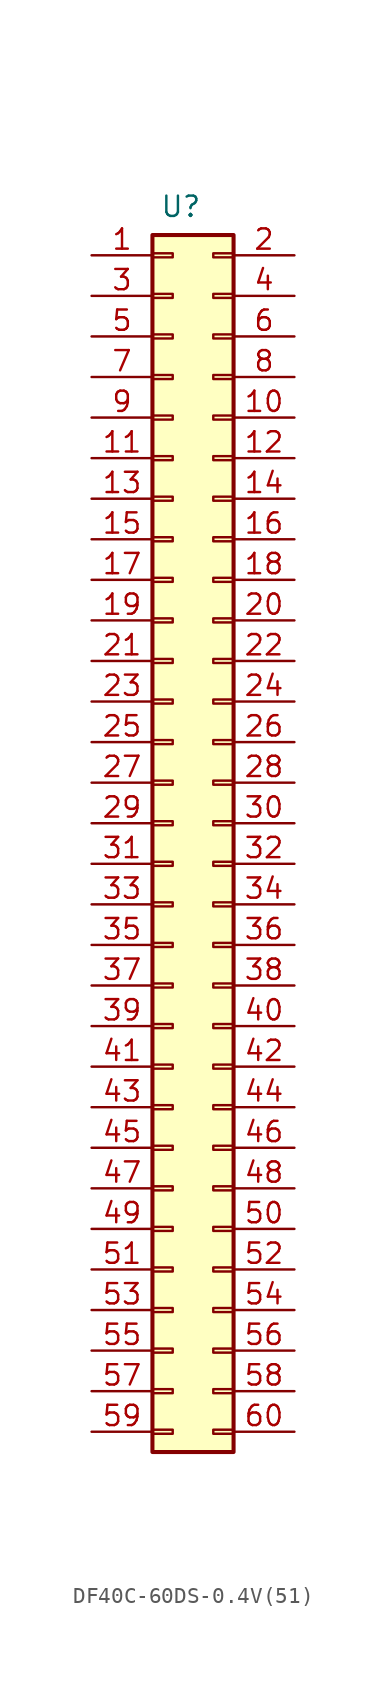
<source format=kicad_sym>
(kicad_symbol_lib
  (version 20241209)
  (generator "kicad_symbol_editor")
  (generator_version "9.0")
  (symbol "DF40C-60DS-0.4V(51)"
    (pin_names
      (hide yes))
    (property "Reference" "U"
      (at 0.508 38.608 0)
      (effects (font (size 1.27 1.27))))
    (property "Value" ""
      (at 0 0 0)
      (effects (font (size 1.27 1.27))))
    (symbol "DF40C-60DS-0.4V(51)_1_1"
      (rectangle (start -1.27 36.83) (end 3.81 -39.37) (stroke (width 0.254) (type default)) (fill (type background)))
      (rectangle (start -1.27 35.687) (end 0 35.433) (stroke (width 0.152) (type default)) (fill (type none)))
      (rectangle (start -1.27 33.147) (end 0 32.893) (stroke (width 0.152) (type default)) (fill (type none)))
      (rectangle (start -1.27 30.607) (end 0 30.353) (stroke (width 0.152) (type default)) (fill (type none)))
      (rectangle (start -1.27 28.067) (end 0 27.813) (stroke (width 0.152) (type default)) (fill (type none)))
      (rectangle (start -1.27 25.527) (end 0 25.273) (stroke (width 0.152) (type default)) (fill (type none)))
      (rectangle (start -1.27 22.987) (end 0 22.733) (stroke (width 0.152) (type default)) (fill (type none)))
      (rectangle (start -1.27 20.447) (end 0 20.193) (stroke (width 0.152) (type default)) (fill (type none)))
      (rectangle (start -1.27 17.907) (end 0 17.653) (stroke (width 0.152) (type default)) (fill (type none)))
      (rectangle (start -1.27 15.367) (end 0 15.113) (stroke (width 0.152) (type default)) (fill (type none)))
      (rectangle (start -1.27 12.827) (end 0 12.573) (stroke (width 0.152) (type default)) (fill (type none)))
      (rectangle (start -1.27 10.287) (end 0 10.033) (stroke (width 0.152) (type default)) (fill (type none)))
      (rectangle (start -1.27 7.747) (end 0 7.493) (stroke (width 0.152) (type default)) (fill (type none)))
      (rectangle (start -1.27 5.207) (end 0 4.953) (stroke (width 0.152) (type default)) (fill (type none)))
      (rectangle (start -1.27 2.667) (end 0 2.413) (stroke (width 0.152) (type default)) (fill (type none)))
      (rectangle (start -1.27 0.127) (end 0 -0.127) (stroke (width 0.152) (type default)) (fill (type none)))
      (rectangle (start -1.27 -2.413) (end 0 -2.667) (stroke (width 0.152) (type default)) (fill (type none)))
      (rectangle (start -1.27 -4.953) (end 0 -5.207) (stroke (width 0.152) (type default)) (fill (type none)))
      (rectangle (start -1.27 -7.493) (end 0 -7.747) (stroke (width 0.152) (type default)) (fill (type none)))
      (rectangle (start -1.27 -10.033) (end 0 -10.287) (stroke (width 0.152) (type default)) (fill (type none)))
      (rectangle (start -1.27 -12.573) (end 0 -12.827) (stroke (width 0.152) (type default)) (fill (type none)))
      (rectangle (start -1.27 -15.113) (end 0 -15.367) (stroke (width 0.152) (type default)) (fill (type none)))
      (rectangle (start -1.27 -17.653) (end 0 -17.907) (stroke (width 0.152) (type default)) (fill (type none)))
      (rectangle (start -1.27 -20.193) (end 0 -20.447) (stroke (width 0.152) (type default)) (fill (type none)))
      (rectangle (start -1.27 -22.733) (end 0 -22.987) (stroke (width 0.152) (type default)) (fill (type none)))
      (rectangle (start -1.27 -25.273) (end 0 -25.527) (stroke (width 0.152) (type default)) (fill (type none)))
      (rectangle (start -1.27 -27.813) (end 0 -28.067) (stroke (width 0.152) (type default)) (fill (type none)))
      (rectangle (start -1.27 -30.353) (end 0 -30.607) (stroke (width 0.152) (type default)) (fill (type none)))
      (rectangle (start -1.27 -32.893) (end 0 -33.147) (stroke (width 0.152) (type default)) (fill (type none)))
      (rectangle (start -1.27 -35.433) (end 0 -35.687) (stroke (width 0.152) (type default)) (fill (type none)))
      (rectangle (start -1.27 -37.973) (end 0 -38.227) (stroke (width 0.152) (type default)) (fill (type none)))
      (rectangle (start 3.81 35.687) (end 2.54 35.433) (stroke (width 0.152) (type default)) (fill (type none)))
      (rectangle (start 3.81 33.147) (end 2.54 32.893) (stroke (width 0.152) (type default)) (fill (type none)))
      (rectangle (start 3.81 30.607) (end 2.54 30.353) (stroke (width 0.152) (type default)) (fill (type none)))
      (rectangle (start 3.81 28.067) (end 2.54 27.813) (stroke (width 0.152) (type default)) (fill (type none)))
      (rectangle (start 3.81 25.527) (end 2.54 25.273) (stroke (width 0.152) (type default)) (fill (type none)))
      (rectangle (start 3.81 22.987) (end 2.54 22.733) (stroke (width 0.152) (type default)) (fill (type none)))
      (rectangle (start 3.81 20.447) (end 2.54 20.193) (stroke (width 0.152) (type default)) (fill (type none)))
      (rectangle (start 3.81 17.907) (end 2.54 17.653) (stroke (width 0.152) (type default)) (fill (type none)))
      (rectangle (start 3.81 15.367) (end 2.54 15.113) (stroke (width 0.152) (type default)) (fill (type none)))
      (rectangle (start 3.81 12.827) (end 2.54 12.573) (stroke (width 0.152) (type default)) (fill (type none)))
      (rectangle (start 3.81 10.287) (end 2.54 10.033) (stroke (width 0.152) (type default)) (fill (type none)))
      (rectangle (start 3.81 7.747) (end 2.54 7.493) (stroke (width 0.152) (type default)) (fill (type none)))
      (rectangle (start 3.81 5.207) (end 2.54 4.953) (stroke (width 0.152) (type default)) (fill (type none)))
      (rectangle (start 3.81 2.667) (end 2.54 2.413) (stroke (width 0.152) (type default)) (fill (type none)))
      (rectangle (start 3.81 0.127) (end 2.54 -0.127) (stroke (width 0.152) (type default)) (fill (type none)))
      (rectangle (start 3.81 -2.413) (end 2.54 -2.667) (stroke (width 0.152) (type default)) (fill (type none)))
      (rectangle (start 3.81 -4.953) (end 2.54 -5.207) (stroke (width 0.152) (type default)) (fill (type none)))
      (rectangle (start 3.81 -7.493) (end 2.54 -7.747) (stroke (width 0.152) (type default)) (fill (type none)))
      (rectangle (start 3.81 -10.033) (end 2.54 -10.287) (stroke (width 0.152) (type default)) (fill (type none)))
      (rectangle (start 3.81 -12.573) (end 2.54 -12.827) (stroke (width 0.152) (type default)) (fill (type none)))
      (rectangle (start 3.81 -15.113) (end 2.54 -15.367) (stroke (width 0.152) (type default)) (fill (type none)))
      (rectangle (start 3.81 -17.653) (end 2.54 -17.907) (stroke (width 0.152) (type default)) (fill (type none)))
      (rectangle (start 3.81 -20.193) (end 2.54 -20.447) (stroke (width 0.152) (type default)) (fill (type none)))
      (rectangle (start 3.81 -22.733) (end 2.54 -22.987) (stroke (width 0.152) (type default)) (fill (type none)))
      (rectangle (start 3.81 -25.273) (end 2.54 -25.527) (stroke (width 0.152) (type default)) (fill (type none)))
      (rectangle (start 3.81 -27.813) (end 2.54 -28.067) (stroke (width 0.152) (type default)) (fill (type none)))
      (rectangle (start 3.81 -30.353) (end 2.54 -30.607) (stroke (width 0.152) (type default)) (fill (type none)))
      (rectangle (start 3.81 -32.893) (end 2.54 -33.147) (stroke (width 0.152) (type default)) (fill (type none)))
      (rectangle (start 3.81 -35.433) (end 2.54 -35.687) (stroke (width 0.152) (type default)) (fill (type none)))
      (rectangle (start 3.81 -37.973) (end 2.54 -38.227) (stroke (width 0.152) (type default)) (fill (type none)))
      (pin passive line (at -5.08 35.56 0) (length 3.81) (name "Pin_1" (effects (font (size 1.27 1.27)))) (number "1" (effects (font (size 1.27 1.27)))))
      (pin passive line (at -5.08 33.02 0) (length 3.81) (name "Pin_3" (effects (font (size 1.27 1.27)))) (number "3" (effects (font (size 1.27 1.27)))))
      (pin passive line (at -5.08 30.48 0) (length 3.81) (name "Pin_5" (effects (font (size 1.27 1.27)))) (number "5" (effects (font (size 1.27 1.27)))))
      (pin passive line (at -5.08 27.94 0) (length 3.81) (name "Pin_7" (effects (font (size 1.27 1.27)))) (number "7" (effects (font (size 1.27 1.27)))))
      (pin passive line (at -5.08 25.4 0) (length 3.81) (name "Pin_9" (effects (font (size 1.27 1.27)))) (number "9" (effects (font (size 1.27 1.27)))))
      (pin passive line (at -5.08 22.86 0) (length 3.81) (name "Pin_11" (effects (font (size 1.27 1.27)))) (number "11" (effects (font (size 1.27 1.27)))))
      (pin passive line (at -5.08 20.32 0) (length 3.81) (name "Pin_13" (effects (font (size 1.27 1.27)))) (number "13" (effects (font (size 1.27 1.27)))))
      (pin passive line (at -5.08 17.78 0) (length 3.81) (name "Pin_15" (effects (font (size 1.27 1.27)))) (number "15" (effects (font (size 1.27 1.27)))))
      (pin passive line (at -5.08 15.24 0) (length 3.81) (name "Pin_17" (effects (font (size 1.27 1.27)))) (number "17" (effects (font (size 1.27 1.27)))))
      (pin passive line (at -5.08 12.7 0) (length 3.81) (name "Pin_19" (effects (font (size 1.27 1.27)))) (number "19" (effects (font (size 1.27 1.27)))))
      (pin passive line (at -5.08 10.16 0) (length 3.81) (name "Pin_21" (effects (font (size 1.27 1.27)))) (number "21" (effects (font (size 1.27 1.27)))))
      (pin passive line (at -5.08 7.62 0) (length 3.81) (name "Pin_23" (effects (font (size 1.27 1.27)))) (number "23" (effects (font (size 1.27 1.27)))))
      (pin passive line (at -5.08 5.08 0) (length 3.81) (name "Pin_25" (effects (font (size 1.27 1.27)))) (number "25" (effects (font (size 1.27 1.27)))))
      (pin passive line (at -5.08 2.54 0) (length 3.81) (name "Pin_27" (effects (font (size 1.27 1.27)))) (number "27" (effects (font (size 1.27 1.27)))))
      (pin passive line (at -5.08 0 0) (length 3.81) (name "Pin_29" (effects (font (size 1.27 1.27)))) (number "29" (effects (font (size 1.27 1.27)))))
      (pin passive line (at -5.08 -2.54 0) (length 3.81) (name "Pin_31" (effects (font (size 1.27 1.27)))) (number "31" (effects (font (size 1.27 1.27)))))
      (pin passive line (at -5.08 -5.08 0) (length 3.81) (name "Pin_33" (effects (font (size 1.27 1.27)))) (number "33" (effects (font (size 1.27 1.27)))))
      (pin passive line (at -5.08 -7.62 0) (length 3.81) (name "Pin_35" (effects (font (size 1.27 1.27)))) (number "35" (effects (font (size 1.27 1.27)))))
      (pin passive line (at -5.08 -10.16 0) (length 3.81) (name "Pin_37" (effects (font (size 1.27 1.27)))) (number "37" (effects (font (size 1.27 1.27)))))
      (pin passive line (at -5.08 -12.7 0) (length 3.81) (name "Pin_39" (effects (font (size 1.27 1.27)))) (number "39" (effects (font (size 1.27 1.27)))))
      (pin passive line (at -5.08 -15.24 0) (length 3.81) (name "Pin_41" (effects (font (size 1.27 1.27)))) (number "41" (effects (font (size 1.27 1.27)))))
      (pin passive line (at -5.08 -17.78 0) (length 3.81) (name "Pin_43" (effects (font (size 1.27 1.27)))) (number "43" (effects (font (size 1.27 1.27)))))
      (pin passive line (at -5.08 -20.32 0) (length 3.81) (name "Pin_45" (effects (font (size 1.27 1.27)))) (number "45" (effects (font (size 1.27 1.27)))))
      (pin passive line (at -5.08 -22.86 0) (length 3.81) (name "Pin_47" (effects (font (size 1.27 1.27)))) (number "47" (effects (font (size 1.27 1.27)))))
      (pin passive line (at -5.08 -25.4 0) (length 3.81) (name "Pin_49" (effects (font (size 1.27 1.27)))) (number "49" (effects (font (size 1.27 1.27)))))
      (pin passive line (at -5.08 -27.94 0) (length 3.81) (name "Pin_51" (effects (font (size 1.27 1.27)))) (number "51" (effects (font (size 1.27 1.27)))))
      (pin passive line (at -5.08 -30.48 0) (length 3.81) (name "Pin_53" (effects (font (size 1.27 1.27)))) (number "53" (effects (font (size 1.27 1.27)))))
      (pin passive line (at -5.08 -33.02 0) (length 3.81) (name "Pin_55" (effects (font (size 1.27 1.27)))) (number "55" (effects (font (size 1.27 1.27)))))
      (pin passive line (at -5.08 -35.56 0) (length 3.81) (name "Pin_57" (effects (font (size 1.27 1.27)))) (number "57" (effects (font (size 1.27 1.27)))))
      (pin passive line (at -5.08 -38.1 0) (length 3.81) (name "Pin_59" (effects (font (size 1.27 1.27)))) (number "59" (effects (font (size 1.27 1.27)))))
      (pin passive line (at 7.62 35.56 180) (length 3.81) (name "Pin_2" (effects (font (size 1.27 1.27)))) (number "2" (effects (font (size 1.27 1.27)))))
      (pin passive line (at 7.62 33.02 180) (length 3.81) (name "Pin_4" (effects (font (size 1.27 1.27)))) (number "4" (effects (font (size 1.27 1.27)))))
      (pin passive line (at 7.62 30.48 180) (length 3.81) (name "Pin_6" (effects (font (size 1.27 1.27)))) (number "6" (effects (font (size 1.27 1.27)))))
      (pin passive line (at 7.62 27.94 180) (length 3.81) (name "Pin_8" (effects (font (size 1.27 1.27)))) (number "8" (effects (font (size 1.27 1.27)))))
      (pin passive line (at 7.62 25.4 180) (length 3.81) (name "Pin_10" (effects (font (size 1.27 1.27)))) (number "10" (effects (font (size 1.27 1.27)))))
      (pin passive line (at 7.62 22.86 180) (length 3.81) (name "Pin_12" (effects (font (size 1.27 1.27)))) (number "12" (effects (font (size 1.27 1.27)))))
      (pin passive line (at 7.62 20.32 180) (length 3.81) (name "Pin_14" (effects (font (size 1.27 1.27)))) (number "14" (effects (font (size 1.27 1.27)))))
      (pin passive line (at 7.62 17.78 180) (length 3.81) (name "Pin_16" (effects (font (size 1.27 1.27)))) (number "16" (effects (font (size 1.27 1.27)))))
      (pin passive line (at 7.62 15.24 180) (length 3.81) (name "Pin_18" (effects (font (size 1.27 1.27)))) (number "18" (effects (font (size 1.27 1.27)))))
      (pin passive line (at 7.62 12.7 180) (length 3.81) (name "Pin_20" (effects (font (size 1.27 1.27)))) (number "20" (effects (font (size 1.27 1.27)))))
      (pin passive line (at 7.62 10.16 180) (length 3.81) (name "Pin_22" (effects (font (size 1.27 1.27)))) (number "22" (effects (font (size 1.27 1.27)))))
      (pin passive line (at 7.62 7.62 180) (length 3.81) (name "Pin_24" (effects (font (size 1.27 1.27)))) (number "24" (effects (font (size 1.27 1.27)))))
      (pin passive line (at 7.62 5.08 180) (length 3.81) (name "Pin_26" (effects (font (size 1.27 1.27)))) (number "26" (effects (font (size 1.27 1.27)))))
      (pin passive line (at 7.62 2.54 180) (length 3.81) (name "Pin_28" (effects (font (size 1.27 1.27)))) (number "28" (effects (font (size 1.27 1.27)))))
      (pin passive line (at 7.62 0 180) (length 3.81) (name "Pin_30" (effects (font (size 1.27 1.27)))) (number "30" (effects (font (size 1.27 1.27)))))
      (pin passive line (at 7.62 -2.54 180) (length 3.81) (name "Pin_32" (effects (font (size 1.27 1.27)))) (number "32" (effects (font (size 1.27 1.27)))))
      (pin passive line (at 7.62 -5.08 180) (length 3.81) (name "Pin_34" (effects (font (size 1.27 1.27)))) (number "34" (effects (font (size 1.27 1.27)))))
      (pin passive line (at 7.62 -7.62 180) (length 3.81) (name "Pin_36" (effects (font (size 1.27 1.27)))) (number "36" (effects (font (size 1.27 1.27)))))
      (pin passive line (at 7.62 -10.16 180) (length 3.81) (name "Pin_38" (effects (font (size 1.27 1.27)))) (number "38" (effects (font (size 1.27 1.27)))))
      (pin passive line (at 7.62 -12.7 180) (length 3.81) (name "Pin_40" (effects (font (size 1.27 1.27)))) (number "40" (effects (font (size 1.27 1.27)))))
      (pin passive line (at 7.62 -15.24 180) (length 3.81) (name "Pin_42" (effects (font (size 1.27 1.27)))) (number "42" (effects (font (size 1.27 1.27)))))
      (pin passive line (at 7.62 -17.78 180) (length 3.81) (name "Pin_44" (effects (font (size 1.27 1.27)))) (number "44" (effects (font (size 1.27 1.27)))))
      (pin passive line (at 7.62 -20.32 180) (length 3.81) (name "Pin_46" (effects (font (size 1.27 1.27)))) (number "46" (effects (font (size 1.27 1.27)))))
      (pin passive line (at 7.62 -22.86 180) (length 3.81) (name "Pin_48" (effects (font (size 1.27 1.27)))) (number "48" (effects (font (size 1.27 1.27)))))
      (pin passive line (at 7.62 -25.4 180) (length 3.81) (name "Pin_50" (effects (font (size 1.27 1.27)))) (number "50" (effects (font (size 1.27 1.27)))))
      (pin passive line (at 7.62 -27.94 180) (length 3.81) (name "Pin_52" (effects (font (size 1.27 1.27)))) (number "52" (effects (font (size 1.27 1.27)))))
      (pin passive line (at 7.62 -30.48 180) (length 3.81) (name "Pin_54" (effects (font (size 1.27 1.27)))) (number "54" (effects (font (size 1.27 1.27)))))
      (pin passive line (at 7.62 -33.02 180) (length 3.81) (name "Pin_56" (effects (font (size 1.27 1.27)))) (number "56" (effects (font (size 1.27 1.27)))))
      (pin passive line (at 7.62 -35.56 180) (length 3.81) (name "Pin_58" (effects (font (size 1.27 1.27)))) (number "58" (effects (font (size 1.27 1.27)))))
      (pin passive line (at 7.62 -38.1 180) (length 3.81) (name "Pin_60" (effects (font (size 1.27 1.27)))) (number "60" (effects (font (size 1.27 1.27))))))))
</source>
